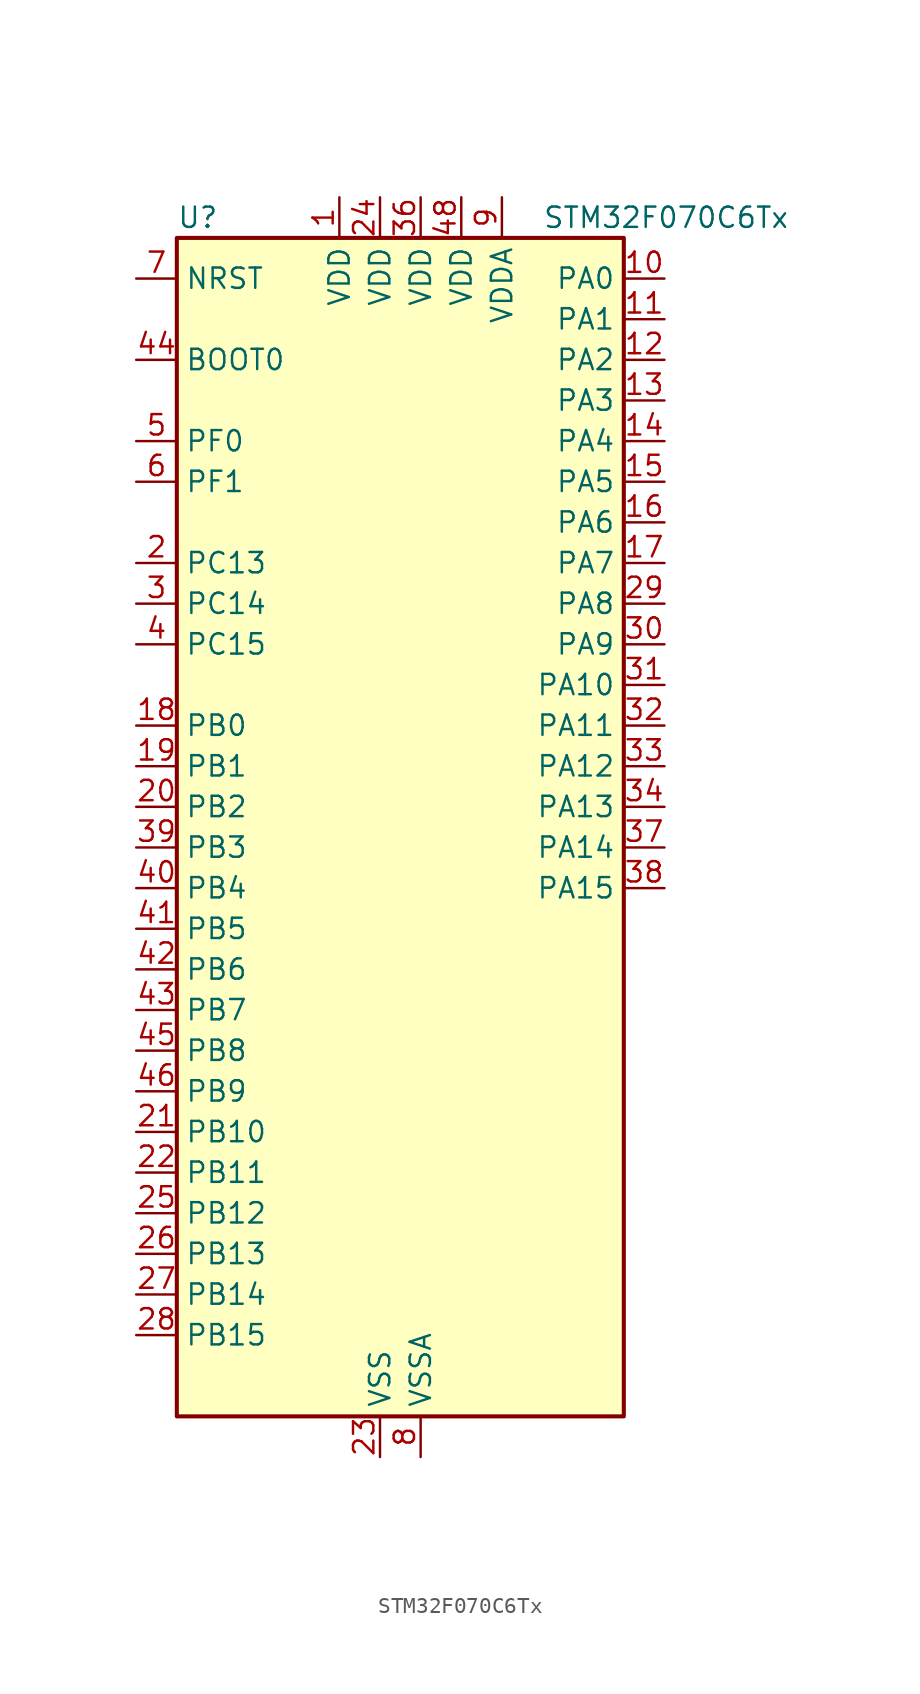
<source format=kicad_sym>
(kicad_symbol_lib
  (version 20220914)
  (generator kicad_symbol_editor)
  (symbol "STM32F070C6Tx"
    (property "Reference" "U"
      (at -12.7 39.37 0)
      (effects (font (size 1.27 1.27)) (justify left)))
    (property "Value" "STM32F070C6Tx"
      (at 10.16 39.37 0)
      (effects (font (size 1.27 1.27)) (justify left)))
    (property "ki_locked" ""
      (at 0 0 0)
      (effects (font (size 1.27 1.27))))
    (symbol "STM32F070C6Tx_0_1"
      (rectangle (start -12.7 -35.56) (end 15.24 38.1) (stroke (width 0.254) (type default)) (fill (type background))))
    (symbol "STM32F070C6Tx_1_1"
      (pin power_in line (at -2.54 40.64 270) (length 2.54) (name "VDD" (effects (font (size 1.27 1.27)))) (number "1" (effects (font (size 1.27 1.27)))))
      (pin bidirectional line (at 17.78 35.56 180) (length 2.54) (name "PA0" (effects (font (size 1.27 1.27)))) (number "10" (effects (font (size 1.27 1.27)))) (alternate "ADC_IN0" bidirectional line) (alternate "RTC_TAMP2" bidirectional line) (alternate "SYS_WKUP1" bidirectional line) (alternate "USART2_CTS" bidirectional line))
      (pin bidirectional line (at 17.78 33.02 180) (length 2.54) (name "PA1" (effects (font (size 1.27 1.27)))) (number "11" (effects (font (size 1.27 1.27)))) (alternate "ADC_IN1" bidirectional line) (alternate "USART2_DE" bidirectional line) (alternate "USART2_RTS" bidirectional line))
      (pin bidirectional line (at 17.78 30.48 180) (length 2.54) (name "PA2" (effects (font (size 1.27 1.27)))) (number "12" (effects (font (size 1.27 1.27)))) (alternate "ADC_IN2" bidirectional line) (alternate "SYS_WKUP4" bidirectional line) (alternate "USART2_TX" bidirectional line))
      (pin bidirectional line (at 17.78 27.94 180) (length 2.54) (name "PA3" (effects (font (size 1.27 1.27)))) (number "13" (effects (font (size 1.27 1.27)))) (alternate "ADC_IN3" bidirectional line) (alternate "USART2_RX" bidirectional line))
      (pin bidirectional line (at 17.78 25.4 180) (length 2.54) (name "PA4" (effects (font (size 1.27 1.27)))) (number "14" (effects (font (size 1.27 1.27)))) (alternate "ADC_IN4" bidirectional line) (alternate "SPI1_NSS" bidirectional line) (alternate "TIM14_CH1" bidirectional line) (alternate "USART2_CK" bidirectional line) (alternate "USB_NOE" bidirectional line))
      (pin bidirectional line (at 17.78 22.86 180) (length 2.54) (name "PA5" (effects (font (size 1.27 1.27)))) (number "15" (effects (font (size 1.27 1.27)))) (alternate "ADC_IN5" bidirectional line) (alternate "SPI1_SCK" bidirectional line))
      (pin bidirectional line (at 17.78 20.32 180) (length 2.54) (name "PA6" (effects (font (size 1.27 1.27)))) (number "16" (effects (font (size 1.27 1.27)))) (alternate "ADC_IN6" bidirectional line) (alternate "SPI1_MISO" bidirectional line) (alternate "TIM16_CH1" bidirectional line) (alternate "TIM1_BKIN" bidirectional line) (alternate "TIM3_CH1" bidirectional line))
      (pin bidirectional line (at 17.78 17.78 180) (length 2.54) (name "PA7" (effects (font (size 1.27 1.27)))) (number "17" (effects (font (size 1.27 1.27)))) (alternate "ADC_IN7" bidirectional line) (alternate "SPI1_MOSI" bidirectional line) (alternate "TIM14_CH1" bidirectional line) (alternate "TIM17_CH1" bidirectional line) (alternate "TIM1_CH1N" bidirectional line) (alternate "TIM3_CH2" bidirectional line))
      (pin bidirectional line (at -15.24 7.62 0) (length 2.54) (name "PB0" (effects (font (size 1.27 1.27)))) (number "18" (effects (font (size 1.27 1.27)))) (alternate "ADC_IN8" bidirectional line) (alternate "TIM1_CH2N" bidirectional line) (alternate "TIM3_CH3" bidirectional line))
      (pin bidirectional line (at -15.24 5.08 0) (length 2.54) (name "PB1" (effects (font (size 1.27 1.27)))) (number "19" (effects (font (size 1.27 1.27)))) (alternate "ADC_IN9" bidirectional line) (alternate "TIM14_CH1" bidirectional line) (alternate "TIM1_CH3N" bidirectional line) (alternate "TIM3_CH4" bidirectional line))
      (pin bidirectional line (at -15.24 17.78 0) (length 2.54) (name "PC13" (effects (font (size 1.27 1.27)))) (number "2" (effects (font (size 1.27 1.27)))) (alternate "RTC_OUT_ALARM" bidirectional line) (alternate "RTC_OUT_CALIB" bidirectional line) (alternate "RTC_TAMP1" bidirectional line) (alternate "RTC_TS" bidirectional line) (alternate "SYS_WKUP2" bidirectional line))
      (pin bidirectional line (at -15.24 2.54 0) (length 2.54) (name "PB2" (effects (font (size 1.27 1.27)))) (number "20" (effects (font (size 1.27 1.27)))))
      (pin bidirectional line (at -15.24 -17.78 0) (length 2.54) (name "PB10" (effects (font (size 1.27 1.27)))) (number "21" (effects (font (size 1.27 1.27)))))
      (pin bidirectional line (at -15.24 -20.32 0) (length 2.54) (name "PB11" (effects (font (size 1.27 1.27)))) (number "22" (effects (font (size 1.27 1.27)))))
      (pin power_in line (at 0 -38.1 90) (length 2.54) (name "VSS" (effects (font (size 1.27 1.27)))) (number "23" (effects (font (size 1.27 1.27)))))
      (pin power_in line (at 0 40.64 270) (length 2.54) (name "VDD" (effects (font (size 1.27 1.27)))) (number "24" (effects (font (size 1.27 1.27)))))
      (pin bidirectional line (at -15.24 -22.86 0) (length 2.54) (name "PB12" (effects (font (size 1.27 1.27)))) (number "25" (effects (font (size 1.27 1.27)))) (alternate "TIM1_BKIN" bidirectional line))
      (pin bidirectional line (at -15.24 -25.4 0) (length 2.54) (name "PB13" (effects (font (size 1.27 1.27)))) (number "26" (effects (font (size 1.27 1.27)))) (alternate "TIM1_CH1N" bidirectional line))
      (pin bidirectional line (at -15.24 -27.94 0) (length 2.54) (name "PB14" (effects (font (size 1.27 1.27)))) (number "27" (effects (font (size 1.27 1.27)))) (alternate "TIM1_CH2N" bidirectional line))
      (pin bidirectional line (at -15.24 -30.48 0) (length 2.54) (name "PB15" (effects (font (size 1.27 1.27)))) (number "28" (effects (font (size 1.27 1.27)))) (alternate "RTC_REFIN" bidirectional line) (alternate "SYS_WKUP7" bidirectional line) (alternate "TIM1_CH3N" bidirectional line))
      (pin bidirectional line (at 17.78 15.24 180) (length 2.54) (name "PA8" (effects (font (size 1.27 1.27)))) (number "29" (effects (font (size 1.27 1.27)))) (alternate "RCC_MCO" bidirectional line) (alternate "TIM1_CH1" bidirectional line) (alternate "USART1_CK" bidirectional line))
      (pin bidirectional line (at -15.24 15.24 0) (length 2.54) (name "PC14" (effects (font (size 1.27 1.27)))) (number "3" (effects (font (size 1.27 1.27)))) (alternate "RCC_OSC32_IN" bidirectional line))
      (pin bidirectional line (at 17.78 12.7 180) (length 2.54) (name "PA9" (effects (font (size 1.27 1.27)))) (number "30" (effects (font (size 1.27 1.27)))) (alternate "I2C1_SCL" bidirectional line) (alternate "TIM1_CH2" bidirectional line) (alternate "USART1_TX" bidirectional line))
      (pin bidirectional line (at 17.78 10.16 180) (length 2.54) (name "PA10" (effects (font (size 1.27 1.27)))) (number "31" (effects (font (size 1.27 1.27)))) (alternate "I2C1_SDA" bidirectional line) (alternate "TIM17_BKIN" bidirectional line) (alternate "TIM1_CH3" bidirectional line) (alternate "USART1_RX" bidirectional line))
      (pin bidirectional line (at 17.78 7.62 180) (length 2.54) (name "PA11" (effects (font (size 1.27 1.27)))) (number "32" (effects (font (size 1.27 1.27)))) (alternate "TIM1_CH4" bidirectional line) (alternate "USART1_CTS" bidirectional line) (alternate "USB_DM" bidirectional line))
      (pin bidirectional line (at 17.78 5.08 180) (length 2.54) (name "PA12" (effects (font (size 1.27 1.27)))) (number "33" (effects (font (size 1.27 1.27)))) (alternate "TIM1_ETR" bidirectional line) (alternate "USART1_DE" bidirectional line) (alternate "USART1_RTS" bidirectional line) (alternate "USB_DP" bidirectional line))
      (pin bidirectional line (at 17.78 2.54 180) (length 2.54) (name "PA13" (effects (font (size 1.27 1.27)))) (number "34" (effects (font (size 1.27 1.27)))) (alternate "IR_OUT" bidirectional line) (alternate "SYS_SWDIO" bidirectional line) (alternate "USB_NOE" bidirectional line))
      (pin passive line (at 0 -38.1 90) (length 2.54) hide (name "VSS" (effects (font (size 1.27 1.27)))) (number "35" (effects (font (size 1.27 1.27)))))
      (pin power_in line (at 2.54 40.64 270) (length 2.54) (name "VDD" (effects (font (size 1.27 1.27)))) (number "36" (effects (font (size 1.27 1.27)))))
      (pin bidirectional line (at 17.78 0 180) (length 2.54) (name "PA14" (effects (font (size 1.27 1.27)))) (number "37" (effects (font (size 1.27 1.27)))) (alternate "SYS_SWCLK" bidirectional line) (alternate "USART2_TX" bidirectional line))
      (pin bidirectional line (at 17.78 -2.54 180) (length 2.54) (name "PA15" (effects (font (size 1.27 1.27)))) (number "38" (effects (font (size 1.27 1.27)))) (alternate "SPI1_NSS" bidirectional line) (alternate "USART2_RX" bidirectional line))
      (pin bidirectional line (at -15.24 0 0) (length 2.54) (name "PB3" (effects (font (size 1.27 1.27)))) (number "39" (effects (font (size 1.27 1.27)))) (alternate "SPI1_SCK" bidirectional line))
      (pin bidirectional line (at -15.24 12.7 0) (length 2.54) (name "PC15" (effects (font (size 1.27 1.27)))) (number "4" (effects (font (size 1.27 1.27)))) (alternate "RCC_OSC32_OUT" bidirectional line))
      (pin bidirectional line (at -15.24 -2.54 0) (length 2.54) (name "PB4" (effects (font (size 1.27 1.27)))) (number "40" (effects (font (size 1.27 1.27)))) (alternate "SPI1_MISO" bidirectional line) (alternate "TIM17_BKIN" bidirectional line) (alternate "TIM3_CH1" bidirectional line))
      (pin bidirectional line (at -15.24 -5.08 0) (length 2.54) (name "PB5" (effects (font (size 1.27 1.27)))) (number "41" (effects (font (size 1.27 1.27)))) (alternate "I2C1_SMBA" bidirectional line) (alternate "SPI1_MOSI" bidirectional line) (alternate "SYS_WKUP6" bidirectional line) (alternate "TIM16_BKIN" bidirectional line) (alternate "TIM3_CH2" bidirectional line))
      (pin bidirectional line (at -15.24 -7.62 0) (length 2.54) (name "PB6" (effects (font (size 1.27 1.27)))) (number "42" (effects (font (size 1.27 1.27)))) (alternate "I2C1_SCL" bidirectional line) (alternate "TIM16_CH1N" bidirectional line) (alternate "USART1_TX" bidirectional line))
      (pin bidirectional line (at -15.24 -10.16 0) (length 2.54) (name "PB7" (effects (font (size 1.27 1.27)))) (number "43" (effects (font (size 1.27 1.27)))) (alternate "I2C1_SDA" bidirectional line) (alternate "TIM17_CH1N" bidirectional line) (alternate "USART1_RX" bidirectional line))
      (pin input line (at -15.24 30.48 0) (length 2.54) (name "BOOT0" (effects (font (size 1.27 1.27)))) (number "44" (effects (font (size 1.27 1.27)))))
      (pin bidirectional line (at -15.24 -12.7 0) (length 2.54) (name "PB8" (effects (font (size 1.27 1.27)))) (number "45" (effects (font (size 1.27 1.27)))) (alternate "I2C1_SCL" bidirectional line) (alternate "TIM16_CH1" bidirectional line))
      (pin bidirectional line (at -15.24 -15.24 0) (length 2.54) (name "PB9" (effects (font (size 1.27 1.27)))) (number "46" (effects (font (size 1.27 1.27)))) (alternate "I2C1_SDA" bidirectional line) (alternate "IR_OUT" bidirectional line) (alternate "TIM17_CH1" bidirectional line))
      (pin passive line (at 0 -38.1 90) (length 2.54) hide (name "VSS" (effects (font (size 1.27 1.27)))) (number "47" (effects (font (size 1.27 1.27)))))
      (pin power_in line (at 5.08 40.64 270) (length 2.54) (name "VDD" (effects (font (size 1.27 1.27)))) (number "48" (effects (font (size 1.27 1.27)))))
      (pin bidirectional line (at -15.24 25.4 0) (length 2.54) (name "PF0" (effects (font (size 1.27 1.27)))) (number "5" (effects (font (size 1.27 1.27)))) (alternate "I2C1_SDA" bidirectional line) (alternate "RCC_OSC_IN" bidirectional line))
      (pin bidirectional line (at -15.24 22.86 0) (length 2.54) (name "PF1" (effects (font (size 1.27 1.27)))) (number "6" (effects (font (size 1.27 1.27)))) (alternate "I2C1_SCL" bidirectional line) (alternate "RCC_OSC_OUT" bidirectional line))
      (pin input line (at -15.24 35.56 0) (length 2.54) (name "NRST" (effects (font (size 1.27 1.27)))) (number "7" (effects (font (size 1.27 1.27)))))
      (pin power_in line (at 2.54 -38.1 90) (length 2.54) (name "VSSA" (effects (font (size 1.27 1.27)))) (number "8" (effects (font (size 1.27 1.27)))))
      (pin power_in line (at 7.62 40.64 270) (length 2.54) (name "VDDA" (effects (font (size 1.27 1.27)))) (number "9" (effects (font (size 1.27 1.27))))))))
</source>
